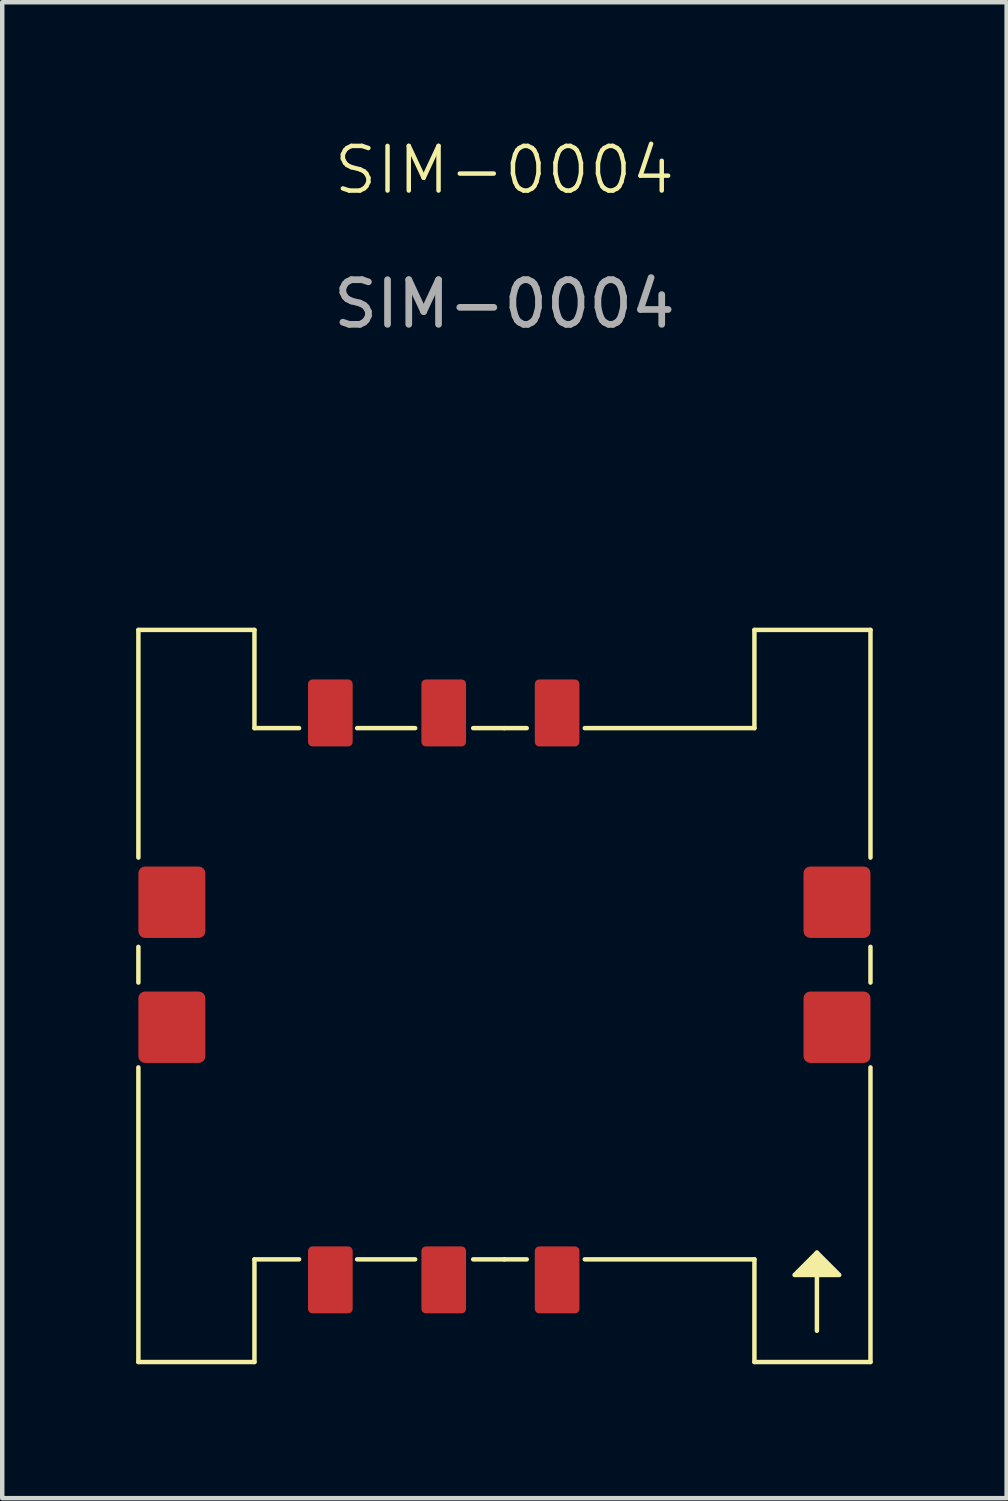
<source format=kicad_pcb>
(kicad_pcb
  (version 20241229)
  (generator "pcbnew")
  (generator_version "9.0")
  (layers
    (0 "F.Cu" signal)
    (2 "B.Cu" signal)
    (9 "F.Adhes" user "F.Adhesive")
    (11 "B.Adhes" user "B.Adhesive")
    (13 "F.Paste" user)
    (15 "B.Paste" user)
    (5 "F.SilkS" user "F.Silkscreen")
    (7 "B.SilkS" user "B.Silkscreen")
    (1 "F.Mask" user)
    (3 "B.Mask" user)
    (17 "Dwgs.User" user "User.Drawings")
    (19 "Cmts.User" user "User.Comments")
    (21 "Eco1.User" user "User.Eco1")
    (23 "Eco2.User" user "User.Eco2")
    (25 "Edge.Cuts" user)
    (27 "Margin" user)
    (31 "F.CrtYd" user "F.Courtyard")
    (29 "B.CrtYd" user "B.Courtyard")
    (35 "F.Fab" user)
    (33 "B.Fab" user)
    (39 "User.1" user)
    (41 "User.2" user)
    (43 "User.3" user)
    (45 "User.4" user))
  (footprint "SIM-0004"
    (layer "F.Cu")
    (at 8.25 19.261)
    (property "Reference" "SIM-0004" (at 0 -18.5 0) (unlocked yes) (layer "F.SilkS") (effects (font (size 1 1) (thickness 0.1))))
    (attr smd)
    (fp_line (start -8.2 -8.2) (end -8.2 -3.1) (stroke (width 0.1) (type default)) (layer "F.SilkS"))
    (fp_line (start -8.2 -8.2) (end -5.6 -8.2) (stroke (width 0.1) (type default)) (layer "F.SilkS"))
    (fp_line (start -8.2 -1.1) (end -8.2 -0.3) (stroke (width 0.1) (type default)) (layer "F.SilkS"))
    (fp_line (start -8.2 1.6) (end -8.2 8.2) (stroke (width 0.1) (type default)) (layer "F.SilkS"))
    (fp_line (start -8.2 8.2) (end -5.6 8.2) (stroke (width 0.1) (type default)) (layer "F.SilkS"))
    (fp_line (start -5.6 -8.2) (end -5.6 -6) (stroke (width 0.1) (type default)) (layer "F.SilkS"))
    (fp_line (start -5.6 -6) (end -4.6 -6) (stroke (width 0.1) (type default)) (layer "F.SilkS"))
    (fp_line (start -5.6 5.9) (end -4.6 5.9) (stroke (width 0.1) (type default)) (layer "F.SilkS"))
    (fp_line (start -5.6 8.2) (end -5.6 5.9) (stroke (width 0.1) (type default)) (layer "F.SilkS"))
    (fp_line (start -3.3 -6) (end -2 -6) (stroke (width 0.1) (type default)) (layer "F.SilkS"))
    (fp_line (start -3.3 5.9) (end -2 5.9) (stroke (width 0.1) (type default)) (layer "F.SilkS"))
    (fp_line (start -0.7 -6) (end 0 -6) (stroke (width 0.1) (type default)) (layer "F.SilkS"))
    (fp_line (start -0.7 5.9) (end 0 5.9) (stroke (width 0.1) (type default)) (layer "F.SilkS"))
    (fp_line (start 0.5 -6) (end 0 -6) (stroke (width 0.1) (type default)) (layer "F.SilkS"))
    (fp_line (start 0.5 5.9) (end 0 5.9) (stroke (width 0.1) (type default)) (layer "F.SilkS"))
    (fp_line (start 5.6 -8.2) (end 5.6 -6) (stroke (width 0.1) (type default)) (layer "F.SilkS"))
    (fp_line (start 5.6 -6) (end 1.8 -6) (stroke (width 0.1) (type default)) (layer "F.SilkS"))
    (fp_line (start 5.6 5.9) (end 1.8 5.9) (stroke (width 0.1) (type default)) (layer "F.SilkS"))
    (fp_line (start 5.6 8.2) (end 5.6 5.9) (stroke (width 0.1) (type default)) (layer "F.SilkS"))
    (fp_line (start 7 7.5) (end 7 5.75) (stroke (width 0.1) (type default)) (layer "F.SilkS"))
    (fp_line (start 8.2 -8.2) (end 5.6 -8.2) (stroke (width 0.1) (type default)) (layer "F.SilkS"))
    (fp_line (start 8.2 -8.2) (end 8.2 -3.1) (stroke (width 0.1) (type default)) (layer "F.SilkS"))
    (fp_line (start 8.2 -1.1) (end 8.2 -0.3) (stroke (width 0.1) (type default)) (layer "F.SilkS"))
    (fp_line (start 8.2 1.6) (end 8.2 8.2) (stroke (width 0.1) (type default)) (layer "F.SilkS"))
    (fp_line (start 8.2 8.2) (end 5.6 8.2) (stroke (width 0.1) (type default)) (layer "F.SilkS"))
    (fp_poly (pts (xy 7 5.75) (xy 6.5 6.25) (xy 7.5 6.25)) (stroke (width 0.1) (type solid)) (fill yes) (layer "F.SilkS"))
    (fp_text user "${REFERENCE}" (at 0 -15.5 0) (unlocked yes) (layer "F.Fab") (effects (font (size 1 1) (thickness 0.15))))
    (pad "C1" smd roundrect (at -3.9 -6.34) (size 1 1.5) (layers "F.Cu" "F.Mask" "F.Paste") (roundrect_rratio 0.1))
    (pad "C2" smd roundrect (at -1.36 -6.34) (size 1 1.5) (layers "F.Cu" "F.Mask" "F.Paste") (roundrect_rratio 0.1))
    (pad "C3" smd roundrect (at 1.18 -6.34) (size 1 1.5) (layers "F.Cu" "F.Mask" "F.Paste") (roundrect_rratio 0.1))
    (pad "C5" smd roundrect (at -3.9 6.36) (size 1 1.5) (layers "F.Cu" "F.Mask" "F.Paste") (roundrect_rratio 0.1))
    (pad "C6" smd roundrect (at -1.36 6.36) (size 1 1.5) (layers "F.Cu" "F.Mask" "F.Paste") (roundrect_rratio 0.1))
    (pad "C7" smd roundrect (at 1.18 6.36) (size 1 1.5) (layers "F.Cu" "F.Mask" "F.Paste") (roundrect_rratio 0.1))
    (pad "SH" smd roundrect (at -7.45 -2.1) (size 1.5 1.6) (layers "F.Cu" "F.Mask" "F.Paste") (roundrect_rratio 0.1))
    (pad "SH" smd roundrect (at -7.45 0.7) (size 1.5 1.6) (layers "F.Cu" "F.Mask" "F.Paste") (roundrect_rratio 0.1))
    (pad "SH" smd roundrect (at 7.45 -2.1) (size 1.5 1.6) (layers "F.Cu" "F.Mask" "F.Paste") (roundrect_rratio 0.1))
    (pad "SH" smd roundrect (at 7.45 0.7) (size 1.5 1.6) (layers "F.Cu" "F.Mask" "F.Paste") (roundrect_rratio 0.1))
    (zone (net_name "") (layer "F.Cu") (hatch edge 0.5) (connect_pads) (min_thickness 0.25) (filled_areas_thickness no) (keepout (tracks not_allowed) (vias not_allowed) (pads not_allowed) (copperpour not_allowed) (footprints allowed)) (placement (enabled no)) (fill) (polygon (pts (xy 2.916 14.181) (xy 10.79 14.181) (xy 10.79 16.212) (xy 2.916 16.212))))
    (zone (net_name "") (layer "F.Cu") (hatch edge 0.5) (connect_pads) (min_thickness 0.25) (filled_areas_thickness no) (keepout (tracks not_allowed) (vias not_allowed) (pads not_allowed) (copperpour not_allowed) (footprints allowed)) (placement (enabled no)) (fill) (polygon (pts (xy 2.916 20.276) (xy 10.79 20.276) (xy 10.79 23.07) (xy 2.916 23.07)))))
  (gr_rect
    (start -3 -3)
    (end 19.5 30.511)
    (stroke (width 0.1) (type default))
    (fill no)
    (layer "Edge.Cuts")))
</source>
